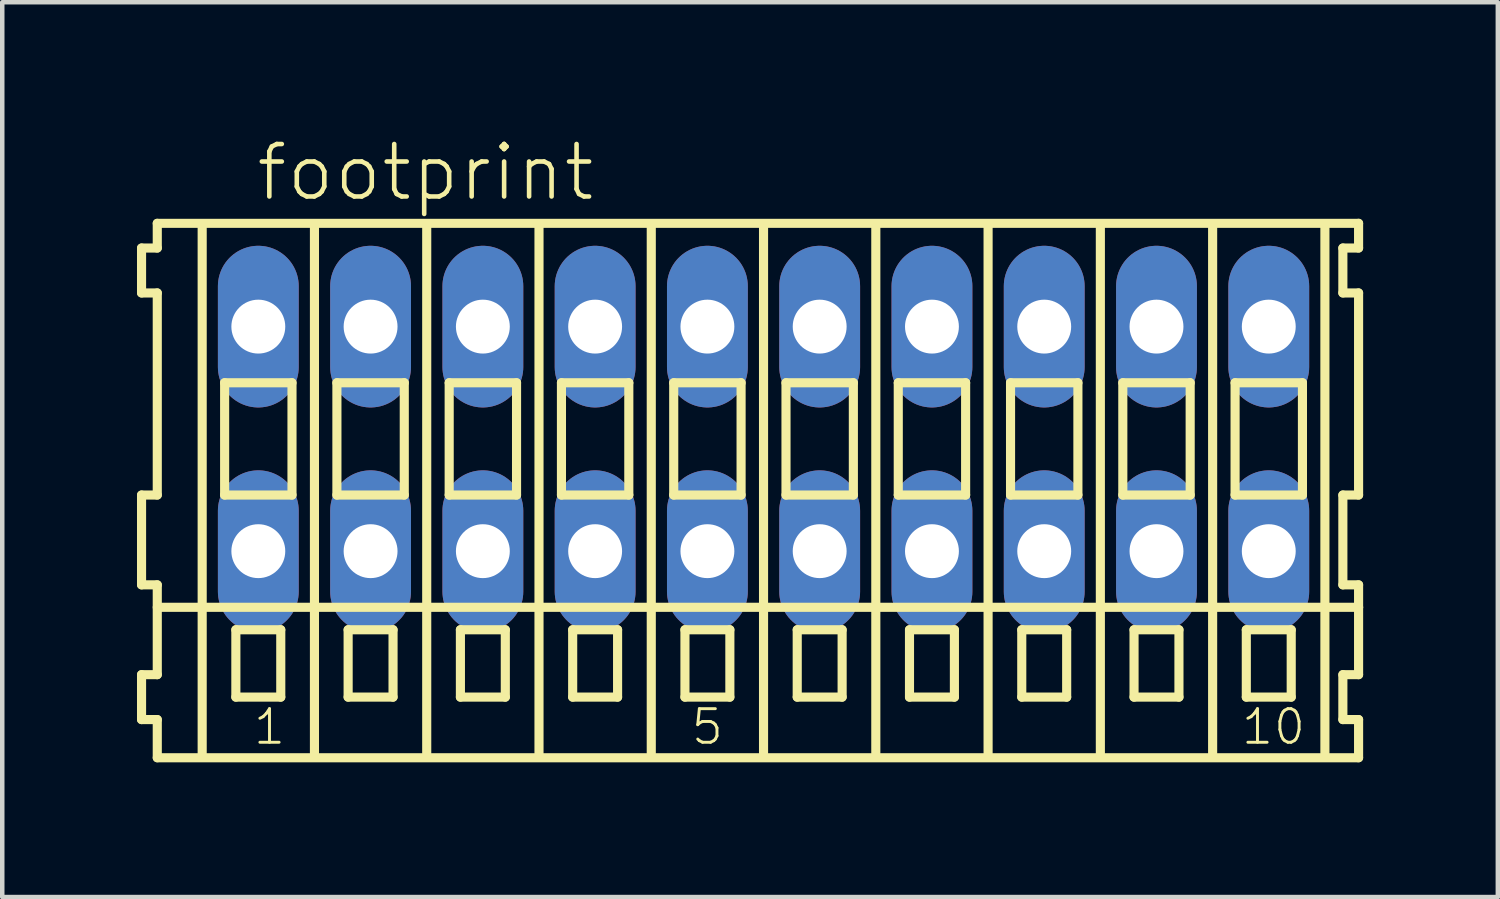
<source format=kicad_pcb>
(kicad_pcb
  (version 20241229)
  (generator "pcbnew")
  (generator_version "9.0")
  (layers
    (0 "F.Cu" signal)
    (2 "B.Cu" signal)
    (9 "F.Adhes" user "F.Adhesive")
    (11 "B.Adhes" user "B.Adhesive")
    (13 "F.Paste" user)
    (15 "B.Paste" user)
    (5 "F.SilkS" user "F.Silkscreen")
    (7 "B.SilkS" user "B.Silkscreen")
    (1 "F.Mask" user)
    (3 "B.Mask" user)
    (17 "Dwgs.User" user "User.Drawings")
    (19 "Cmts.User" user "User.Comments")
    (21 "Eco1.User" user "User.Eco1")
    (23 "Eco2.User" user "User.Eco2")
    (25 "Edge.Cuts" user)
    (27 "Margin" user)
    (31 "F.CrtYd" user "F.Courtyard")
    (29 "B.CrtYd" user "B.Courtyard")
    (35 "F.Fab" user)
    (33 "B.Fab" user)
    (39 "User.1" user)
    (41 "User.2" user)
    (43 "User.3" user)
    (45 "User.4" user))
  (footprint "footprint"
    (layer "F.Cu")
    (at 13.952 6.723)
    (property "Reference" "footprint" (at -11.35 -5.25 0) (layer "F.SilkS") (effects (font (size 1.168 1.168) (thickness 0.102)) (justify left bottom)))
    (fp_line (start -13.85 -4.25) (end -13.85 -3.25) (stroke (width 0.203) (type solid)) (layer "F.SilkS"))
    (fp_line (start -13.85 -3.25) (end -13.5 -3.25) (stroke (width 0.203) (type solid)) (layer "F.SilkS"))
    (fp_line (start -13.85 1.25) (end -13.85 3.25) (stroke (width 0.203) (type solid)) (layer "F.SilkS"))
    (fp_line (start -13.85 3.25) (end -13.5 3.25) (stroke (width 0.203) (type solid)) (layer "F.SilkS"))
    (fp_line (start -13.85 5.25) (end -13.85 6.25) (stroke (width 0.203) (type solid)) (layer "F.SilkS"))
    (fp_line (start -13.85 6.25) (end -13.5 6.25) (stroke (width 0.203) (type solid)) (layer "F.SilkS"))
    (fp_line (start -13.5 -4.8) (end -13.5 -4.25) (stroke (width 0.203) (type solid)) (layer "F.SilkS"))
    (fp_line (start -13.5 -4.25) (end -13.85 -4.25) (stroke (width 0.203) (type solid)) (layer "F.SilkS"))
    (fp_line (start -13.5 -3.25) (end -13.5 1.25) (stroke (width 0.203) (type solid)) (layer "F.SilkS"))
    (fp_line (start -13.5 1.25) (end -13.85 1.25) (stroke (width 0.203) (type solid)) (layer "F.SilkS"))
    (fp_line (start -13.5 3.25) (end -13.5 5.25) (stroke (width 0.203) (type solid)) (layer "F.SilkS"))
    (fp_line (start -13.5 3.75) (end 13.25 3.75) (stroke (width 0.203) (type solid)) (layer "F.SilkS"))
    (fp_line (start -13.5 5.25) (end -13.85 5.25) (stroke (width 0.203) (type solid)) (layer "F.SilkS"))
    (fp_line (start -13.5 6.25) (end -13.5 7.1) (stroke (width 0.203) (type solid)) (layer "F.SilkS"))
    (fp_line (start -13.5 7.1) (end 13.25 7.1) (stroke (width 0.203) (type solid)) (layer "F.SilkS"))
    (fp_line (start -12.5 -4.75) (end -12.5 7) (stroke (width 0.203) (type solid)) (layer "F.SilkS"))
    (fp_line (start -12 -1.25) (end -12 1.25) (stroke (width 0.203) (type solid)) (layer "F.SilkS"))
    (fp_line (start -12 1.25) (end -10.5 1.25) (stroke (width 0.203) (type solid)) (layer "F.SilkS"))
    (fp_line (start -11.75 4.25) (end -11.75 5.75) (stroke (width 0.203) (type solid)) (layer "F.SilkS"))
    (fp_line (start -11.75 5.75) (end -10.75 5.75) (stroke (width 0.203) (type solid)) (layer "F.SilkS"))
    (fp_line (start -10.75 4.25) (end -11.75 4.25) (stroke (width 0.203) (type solid)) (layer "F.SilkS"))
    (fp_line (start -10.75 5.75) (end -10.75 4.25) (stroke (width 0.203) (type solid)) (layer "F.SilkS"))
    (fp_line (start -10.5 -1.25) (end -12 -1.25) (stroke (width 0.203) (type solid)) (layer "F.SilkS"))
    (fp_line (start -10.5 1.25) (end -10.5 -1.25) (stroke (width 0.203) (type solid)) (layer "F.SilkS"))
    (fp_line (start -10 -4.75) (end -10 7) (stroke (width 0.203) (type solid)) (layer "F.SilkS"))
    (fp_line (start -9.5 -1.25) (end -9.5 1.25) (stroke (width 0.203) (type solid)) (layer "F.SilkS"))
    (fp_line (start -9.5 1.25) (end -8 1.25) (stroke (width 0.203) (type solid)) (layer "F.SilkS"))
    (fp_line (start -9.25 4.25) (end -9.25 5.75) (stroke (width 0.203) (type solid)) (layer "F.SilkS"))
    (fp_line (start -9.25 5.75) (end -8.25 5.75) (stroke (width 0.203) (type solid)) (layer "F.SilkS"))
    (fp_line (start -8.25 4.25) (end -9.25 4.25) (stroke (width 0.203) (type solid)) (layer "F.SilkS"))
    (fp_line (start -8.25 5.75) (end -8.25 4.25) (stroke (width 0.203) (type solid)) (layer "F.SilkS"))
    (fp_line (start -8 -1.25) (end -9.5 -1.25) (stroke (width 0.203) (type solid)) (layer "F.SilkS"))
    (fp_line (start -8 1.25) (end -8 -1.25) (stroke (width 0.203) (type solid)) (layer "F.SilkS"))
    (fp_line (start -7.5 -4.75) (end -7.5 7) (stroke (width 0.203) (type solid)) (layer "F.SilkS"))
    (fp_line (start -7 -1.25) (end -7 1.25) (stroke (width 0.203) (type solid)) (layer "F.SilkS"))
    (fp_line (start -7 1.25) (end -5.5 1.25) (stroke (width 0.203) (type solid)) (layer "F.SilkS"))
    (fp_line (start -6.75 4.25) (end -6.75 5.75) (stroke (width 0.203) (type solid)) (layer "F.SilkS"))
    (fp_line (start -6.75 5.75) (end -5.75 5.75) (stroke (width 0.203) (type solid)) (layer "F.SilkS"))
    (fp_line (start -5.75 4.25) (end -6.75 4.25) (stroke (width 0.203) (type solid)) (layer "F.SilkS"))
    (fp_line (start -5.75 5.75) (end -5.75 4.25) (stroke (width 0.203) (type solid)) (layer "F.SilkS"))
    (fp_line (start -5.5 -1.25) (end -7 -1.25) (stroke (width 0.203) (type solid)) (layer "F.SilkS"))
    (fp_line (start -5.5 1.25) (end -5.5 -1.25) (stroke (width 0.203) (type solid)) (layer "F.SilkS"))
    (fp_line (start -5 -4.75) (end -5 7) (stroke (width 0.203) (type solid)) (layer "F.SilkS"))
    (fp_line (start -4.5 -1.25) (end -4.5 1.25) (stroke (width 0.203) (type solid)) (layer "F.SilkS"))
    (fp_line (start -4.5 1.25) (end -3 1.25) (stroke (width 0.203) (type solid)) (layer "F.SilkS"))
    (fp_line (start -4.25 4.25) (end -4.25 5.75) (stroke (width 0.203) (type solid)) (layer "F.SilkS"))
    (fp_line (start -4.25 5.75) (end -3.25 5.75) (stroke (width 0.203) (type solid)) (layer "F.SilkS"))
    (fp_line (start -3.25 4.25) (end -4.25 4.25) (stroke (width 0.203) (type solid)) (layer "F.SilkS"))
    (fp_line (start -3.25 5.75) (end -3.25 4.25) (stroke (width 0.203) (type solid)) (layer "F.SilkS"))
    (fp_line (start -3 -1.25) (end -4.5 -1.25) (stroke (width 0.203) (type solid)) (layer "F.SilkS"))
    (fp_line (start -3 1.25) (end -3 -1.25) (stroke (width 0.203) (type solid)) (layer "F.SilkS"))
    (fp_line (start -2.5 -4.75) (end -2.5 7) (stroke (width 0.203) (type solid)) (layer "F.SilkS"))
    (fp_line (start -2 -1.25) (end -2 1.25) (stroke (width 0.203) (type solid)) (layer "F.SilkS"))
    (fp_line (start -2 1.25) (end -0.5 1.25) (stroke (width 0.203) (type solid)) (layer "F.SilkS"))
    (fp_line (start -1.75 4.25) (end -1.75 5.75) (stroke (width 0.203) (type solid)) (layer "F.SilkS"))
    (fp_line (start -1.75 5.75) (end -0.75 5.75) (stroke (width 0.203) (type solid)) (layer "F.SilkS"))
    (fp_line (start -0.75 4.25) (end -1.75 4.25) (stroke (width 0.203) (type solid)) (layer "F.SilkS"))
    (fp_line (start -0.75 5.75) (end -0.75 4.25) (stroke (width 0.203) (type solid)) (layer "F.SilkS"))
    (fp_line (start -0.5 -1.25) (end -2 -1.25) (stroke (width 0.203) (type solid)) (layer "F.SilkS"))
    (fp_line (start -0.5 1.25) (end -0.5 -1.25) (stroke (width 0.203) (type solid)) (layer "F.SilkS"))
    (fp_line (start 0 -4.75) (end 0 7) (stroke (width 0.203) (type solid)) (layer "F.SilkS"))
    (fp_line (start 0.5 -1.25) (end 0.5 1.25) (stroke (width 0.203) (type solid)) (layer "F.SilkS"))
    (fp_line (start 0.5 1.25) (end 2 1.25) (stroke (width 0.203) (type solid)) (layer "F.SilkS"))
    (fp_line (start 0.75 4.25) (end 0.75 5.75) (stroke (width 0.203) (type solid)) (layer "F.SilkS"))
    (fp_line (start 0.75 5.75) (end 1.75 5.75) (stroke (width 0.203) (type solid)) (layer "F.SilkS"))
    (fp_line (start 1.75 4.25) (end 0.75 4.25) (stroke (width 0.203) (type solid)) (layer "F.SilkS"))
    (fp_line (start 1.75 5.75) (end 1.75 4.25) (stroke (width 0.203) (type solid)) (layer "F.SilkS"))
    (fp_line (start 2 -1.25) (end 0.5 -1.25) (stroke (width 0.203) (type solid)) (layer "F.SilkS"))
    (fp_line (start 2 1.25) (end 2 -1.25) (stroke (width 0.203) (type solid)) (layer "F.SilkS"))
    (fp_line (start 2.5 -4.75) (end 2.5 7) (stroke (width 0.203) (type solid)) (layer "F.SilkS"))
    (fp_line (start 3 -1.25) (end 3 1.25) (stroke (width 0.203) (type solid)) (layer "F.SilkS"))
    (fp_line (start 3 1.25) (end 4.5 1.25) (stroke (width 0.203) (type solid)) (layer "F.SilkS"))
    (fp_line (start 3.25 4.25) (end 3.25 5.75) (stroke (width 0.203) (type solid)) (layer "F.SilkS"))
    (fp_line (start 3.25 5.75) (end 4.25 5.75) (stroke (width 0.203) (type solid)) (layer "F.SilkS"))
    (fp_line (start 4.25 4.25) (end 3.25 4.25) (stroke (width 0.203) (type solid)) (layer "F.SilkS"))
    (fp_line (start 4.25 5.75) (end 4.25 4.25) (stroke (width 0.203) (type solid)) (layer "F.SilkS"))
    (fp_line (start 4.5 -1.25) (end 3 -1.25) (stroke (width 0.203) (type solid)) (layer "F.SilkS"))
    (fp_line (start 4.5 1.25) (end 4.5 -1.25) (stroke (width 0.203) (type solid)) (layer "F.SilkS"))
    (fp_line (start 5 -4.75) (end 5 7) (stroke (width 0.203) (type solid)) (layer "F.SilkS"))
    (fp_line (start 5.5 -1.25) (end 5.5 1.25) (stroke (width 0.203) (type solid)) (layer "F.SilkS"))
    (fp_line (start 5.5 1.25) (end 7 1.25) (stroke (width 0.203) (type solid)) (layer "F.SilkS"))
    (fp_line (start 5.75 4.25) (end 5.75 5.75) (stroke (width 0.203) (type solid)) (layer "F.SilkS"))
    (fp_line (start 5.75 5.75) (end 6.75 5.75) (stroke (width 0.203) (type solid)) (layer "F.SilkS"))
    (fp_line (start 6.75 4.25) (end 5.75 4.25) (stroke (width 0.203) (type solid)) (layer "F.SilkS"))
    (fp_line (start 6.75 5.75) (end 6.75 4.25) (stroke (width 0.203) (type solid)) (layer "F.SilkS"))
    (fp_line (start 7 -1.25) (end 5.5 -1.25) (stroke (width 0.203) (type solid)) (layer "F.SilkS"))
    (fp_line (start 7 1.25) (end 7 -1.25) (stroke (width 0.203) (type solid)) (layer "F.SilkS"))
    (fp_line (start 7.5 -4.75) (end 7.5 7) (stroke (width 0.203) (type solid)) (layer "F.SilkS"))
    (fp_line (start 8 -1.25) (end 8 1.25) (stroke (width 0.203) (type solid)) (layer "F.SilkS"))
    (fp_line (start 8 1.25) (end 9.5 1.25) (stroke (width 0.203) (type solid)) (layer "F.SilkS"))
    (fp_line (start 8.25 4.25) (end 8.25 5.75) (stroke (width 0.203) (type solid)) (layer "F.SilkS"))
    (fp_line (start 8.25 5.75) (end 9.25 5.75) (stroke (width 0.203) (type solid)) (layer "F.SilkS"))
    (fp_line (start 9.25 4.25) (end 8.25 4.25) (stroke (width 0.203) (type solid)) (layer "F.SilkS"))
    (fp_line (start 9.25 5.75) (end 9.25 4.25) (stroke (width 0.203) (type solid)) (layer "F.SilkS"))
    (fp_line (start 9.5 -1.25) (end 8 -1.25) (stroke (width 0.203) (type solid)) (layer "F.SilkS"))
    (fp_line (start 9.5 1.25) (end 9.5 -1.25) (stroke (width 0.203) (type solid)) (layer "F.SilkS"))
    (fp_line (start 10 -4.75) (end 10 7) (stroke (width 0.203) (type solid)) (layer "F.SilkS"))
    (fp_line (start 10.5 -1.25) (end 10.5 1.25) (stroke (width 0.203) (type solid)) (layer "F.SilkS"))
    (fp_line (start 10.5 1.25) (end 12 1.25) (stroke (width 0.203) (type solid)) (layer "F.SilkS"))
    (fp_line (start 10.75 4.25) (end 10.75 5.75) (stroke (width 0.203) (type solid)) (layer "F.SilkS"))
    (fp_line (start 10.75 5.75) (end 11.75 5.75) (stroke (width 0.203) (type solid)) (layer "F.SilkS"))
    (fp_line (start 11.75 4.25) (end 10.75 4.25) (stroke (width 0.203) (type solid)) (layer "F.SilkS"))
    (fp_line (start 11.75 5.75) (end 11.75 4.25) (stroke (width 0.203) (type solid)) (layer "F.SilkS"))
    (fp_line (start 12 -1.25) (end 10.5 -1.25) (stroke (width 0.203) (type solid)) (layer "F.SilkS"))
    (fp_line (start 12 1.25) (end 12 -1.25) (stroke (width 0.203) (type solid)) (layer "F.SilkS"))
    (fp_line (start 12.5 -4.75) (end 12.5 7) (stroke (width 0.203) (type solid)) (layer "F.SilkS"))
    (fp_line (start 12.9 -4.25) (end 12.9 -3.25) (stroke (width 0.203) (type solid)) (layer "F.SilkS"))
    (fp_line (start 12.9 -3.25) (end 13.25 -3.25) (stroke (width 0.203) (type solid)) (layer "F.SilkS"))
    (fp_line (start 12.9 1.25) (end 12.9 3.25) (stroke (width 0.203) (type solid)) (layer "F.SilkS"))
    (fp_line (start 12.9 3.25) (end 13.25 3.25) (stroke (width 0.203) (type solid)) (layer "F.SilkS"))
    (fp_line (start 12.9 5.25) (end 12.9 6.25) (stroke (width 0.203) (type solid)) (layer "F.SilkS"))
    (fp_line (start 12.9 6.25) (end 13.25 6.25) (stroke (width 0.203) (type solid)) (layer "F.SilkS"))
    (fp_line (start 13.25 -4.8) (end -13.5 -4.8) (stroke (width 0.203) (type solid)) (layer "F.SilkS"))
    (fp_line (start 13.25 -4.25) (end 12.9 -4.25) (stroke (width 0.203) (type solid)) (layer "F.SilkS"))
    (fp_line (start 13.25 -4.25) (end 13.25 -4.8) (stroke (width 0.203) (type solid)) (layer "F.SilkS"))
    (fp_line (start 13.25 1.25) (end 12.9 1.25) (stroke (width 0.203) (type solid)) (layer "F.SilkS"))
    (fp_line (start 13.25 1.25) (end 13.25 -3.25) (stroke (width 0.203) (type solid)) (layer "F.SilkS"))
    (fp_line (start 13.25 3.75) (end 13.25 3.25) (stroke (width 0.203) (type solid)) (layer "F.SilkS"))
    (fp_line (start 13.25 5.25) (end 12.9 5.25) (stroke (width 0.203) (type solid)) (layer "F.SilkS"))
    (fp_line (start 13.25 5.25) (end 13.25 3.75) (stroke (width 0.203) (type solid)) (layer "F.SilkS"))
    (fp_line (start 13.25 7.1) (end 13.25 6.25) (stroke (width 0.203) (type solid)) (layer "F.SilkS"))
    (fp_text user "1" (at -11.4 6.85 0) (layer "F.SilkS") (effects (font (size 0.748 0.748) (thickness 0.065)) (justify left bottom)))
    (fp_text user "10" (at 10.6 6.85 0) (layer "F.SilkS") (effects (font (size 0.748 0.748) (thickness 0.065)) (justify left bottom)))
    (fp_text user "5" (at -1.65 6.85 0) (layer "F.SilkS") (effects (font (size 0.748 0.748) (thickness 0.065)) (justify left bottom)))
    (pad "A1" thru_hole oval (at -11.25 -2.5 90) (size 3.6 1.8) (drill 1.2) (layers "*.Cu" "*.Mask"))
    (pad "A2" thru_hole oval (at -8.75 -2.5 90) (size 3.6 1.8) (drill 1.2) (layers "*.Cu" "*.Mask"))
    (pad "A3" thru_hole oval (at -6.25 -2.5 90) (size 3.6 1.8) (drill 1.2) (layers "*.Cu" "*.Mask"))
    (pad "A4" thru_hole oval (at -3.75 -2.5 90) (size 3.6 1.8) (drill 1.2) (layers "*.Cu" "*.Mask"))
    (pad "A5" thru_hole oval (at -1.25 -2.5 90) (size 3.6 1.8) (drill 1.2) (layers "*.Cu" "*.Mask"))
    (pad "A6" thru_hole oval (at 1.25 -2.5 90) (size 3.6 1.8) (drill 1.2) (layers "*.Cu" "*.Mask"))
    (pad "A7" thru_hole oval (at 3.75 -2.5 90) (size 3.6 1.8) (drill 1.2) (layers "*.Cu" "*.Mask"))
    (pad "A8" thru_hole oval (at 6.25 -2.5 90) (size 3.6 1.8) (drill 1.2) (layers "*.Cu" "*.Mask"))
    (pad "A9" thru_hole oval (at 8.75 -2.5 90) (size 3.6 1.8) (drill 1.2) (layers "*.Cu" "*.Mask"))
    (pad "A10" thru_hole oval (at 11.25 -2.5 90) (size 3.6 1.8) (drill 1.2) (layers "*.Cu" "*.Mask"))
    (pad "B1" thru_hole oval (at -11.25 2.5 90) (size 3.6 1.8) (drill 1.2) (layers "*.Cu" "*.Mask"))
    (pad "B2" thru_hole oval (at -8.75 2.5 90) (size 3.6 1.8) (drill 1.2) (layers "*.Cu" "*.Mask"))
    (pad "B3" thru_hole oval (at -6.25 2.5 90) (size 3.6 1.8) (drill 1.2) (layers "*.Cu" "*.Mask"))
    (pad "B4" thru_hole oval (at -3.75 2.5 90) (size 3.6 1.8) (drill 1.2) (layers "*.Cu" "*.Mask"))
    (pad "B5" thru_hole oval (at -1.25 2.5 90) (size 3.6 1.8) (drill 1.2) (layers "*.Cu" "*.Mask"))
    (pad "B6" thru_hole oval (at 1.25 2.5 90) (size 3.6 1.8) (drill 1.2) (layers "*.Cu" "*.Mask"))
    (pad "B7" thru_hole oval (at 3.75 2.5 90) (size 3.6 1.8) (drill 1.2) (layers "*.Cu" "*.Mask"))
    (pad "B8" thru_hole oval (at 6.25 2.5 90) (size 3.6 1.8) (drill 1.2) (layers "*.Cu" "*.Mask"))
    (pad "B9" thru_hole oval (at 8.75 2.5 90) (size 3.6 1.8) (drill 1.2) (layers "*.Cu" "*.Mask"))
    (pad "B10" thru_hole oval (at 11.25 2.5 90) (size 3.6 1.8) (drill 1.2) (layers "*.Cu" "*.Mask")))
  (gr_rect
    (start -3 -3)
    (end 30.303 16.925)
    (stroke (width 0.1) (type default))
    (fill no)
    (layer "Edge.Cuts")))
</source>
